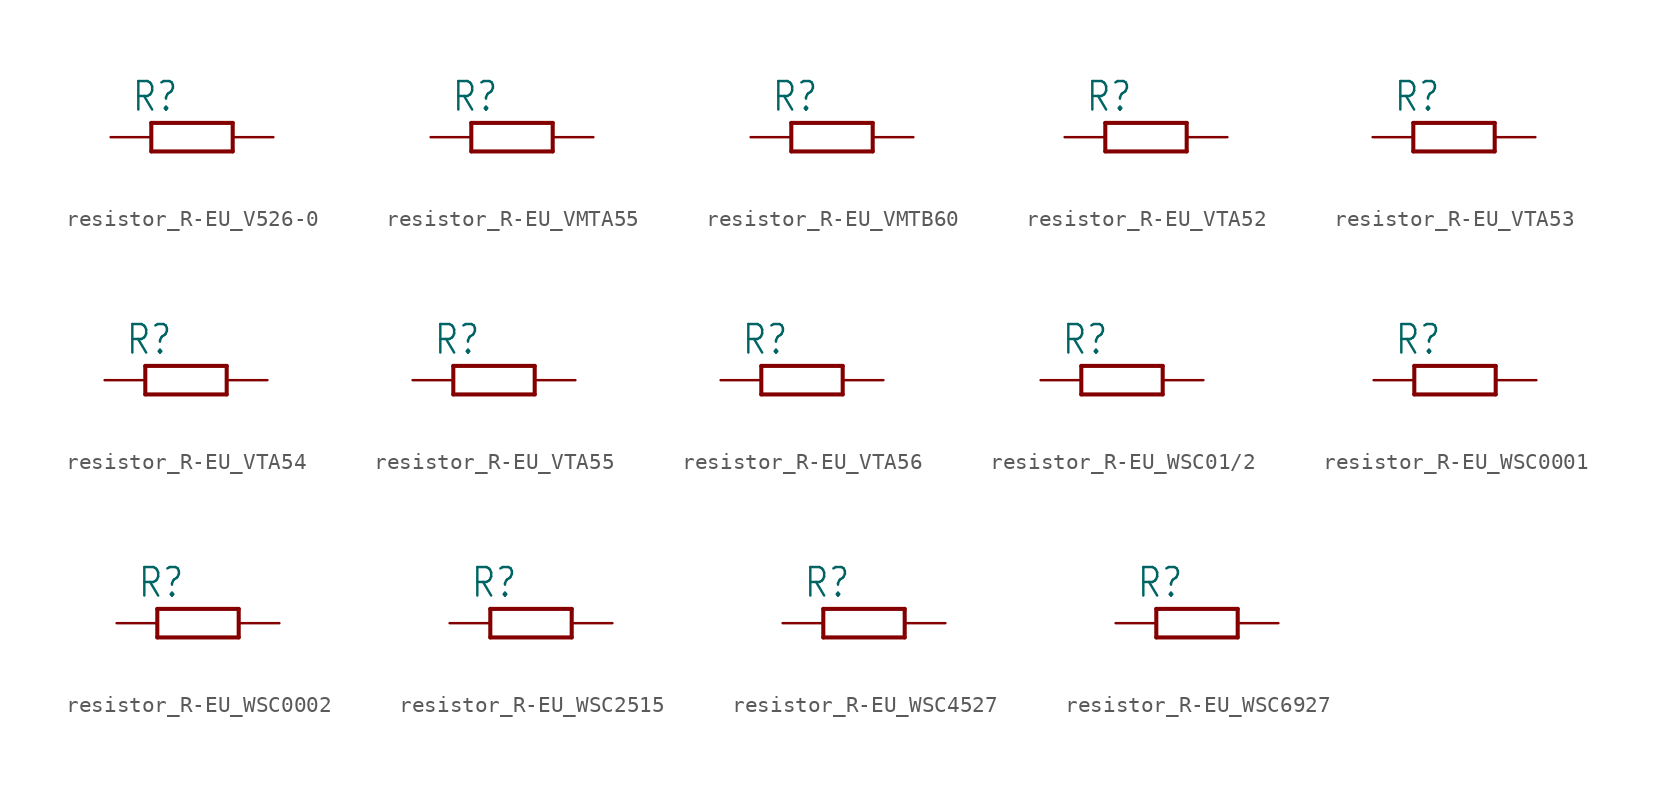
<source format=kicad_sym>
(kicad_symbol_lib
  (version 20220914)
  (generator kicad_symbol_editor)
  (symbol "resistor_R-EU_V526-0"
    (property "Reference" "R"
      (at -3.81 1.499 0)
      (effects (font (size 1.778 1.511)) (justify left bottom)))
    (property "Value" ""
      (at -3.81 -3.302 0)
      (effects (font (size 1.778 1.511)) (justify left bottom)))
    (property "ki_locked" ""
      (at 0 0 0)
      (effects (font (size 1.27 1.27))))
    (symbol "resistor_R-EU_V526-0_1_0"
      (polyline (pts (xy -2.54 -0.889) (xy -2.54 0.889)) (stroke (width 0.254) (type solid)) (fill (type none)))
      (polyline (pts (xy -2.54 -0.889) (xy 2.54 -0.889)) (stroke (width 0.254) (type solid)) (fill (type none)))
      (polyline (pts (xy 2.54 -0.889) (xy 2.54 0.889)) (stroke (width 0.254) (type solid)) (fill (type none)))
      (polyline (pts (xy 2.54 0.889) (xy -2.54 0.889)) (stroke (width 0.254) (type solid)) (fill (type none)))
      (pin passive line (at -5.08 0 0) (length 2.54) (name "1" (effects (font (size 0 0)))) (number "1" (effects (font (size 0 0)))))
      (pin passive line (at 5.08 0 180) (length 2.54) (name "2" (effects (font (size 0 0)))) (number "2" (effects (font (size 0 0)))))))
  (symbol "resistor_R-EU_VMTA55"
    (property "Reference" "R"
      (at -3.81 1.499 0)
      (effects (font (size 1.778 1.511)) (justify left bottom)))
    (property "Value" ""
      (at -3.81 -3.302 0)
      (effects (font (size 1.778 1.511)) (justify left bottom)))
    (property "ki_locked" ""
      (at 0 0 0)
      (effects (font (size 1.27 1.27))))
    (symbol "resistor_R-EU_VMTA55_1_0"
      (polyline (pts (xy -2.54 -0.889) (xy -2.54 0.889)) (stroke (width 0.254) (type solid)) (fill (type none)))
      (polyline (pts (xy -2.54 -0.889) (xy 2.54 -0.889)) (stroke (width 0.254) (type solid)) (fill (type none)))
      (polyline (pts (xy 2.54 -0.889) (xy 2.54 0.889)) (stroke (width 0.254) (type solid)) (fill (type none)))
      (polyline (pts (xy 2.54 0.889) (xy -2.54 0.889)) (stroke (width 0.254) (type solid)) (fill (type none)))
      (pin passive line (at -5.08 0 0) (length 2.54) (name "1" (effects (font (size 0 0)))) (number "1" (effects (font (size 0 0)))))
      (pin passive line (at 5.08 0 180) (length 2.54) (name "2" (effects (font (size 0 0)))) (number "2" (effects (font (size 0 0)))))))
  (symbol "resistor_R-EU_VMTB60"
    (property "Reference" "R"
      (at -3.81 1.499 0)
      (effects (font (size 1.778 1.511)) (justify left bottom)))
    (property "Value" ""
      (at -3.81 -3.302 0)
      (effects (font (size 1.778 1.511)) (justify left bottom)))
    (property "ki_locked" ""
      (at 0 0 0)
      (effects (font (size 1.27 1.27))))
    (symbol "resistor_R-EU_VMTB60_1_0"
      (polyline (pts (xy -2.54 -0.889) (xy -2.54 0.889)) (stroke (width 0.254) (type solid)) (fill (type none)))
      (polyline (pts (xy -2.54 -0.889) (xy 2.54 -0.889)) (stroke (width 0.254) (type solid)) (fill (type none)))
      (polyline (pts (xy 2.54 -0.889) (xy 2.54 0.889)) (stroke (width 0.254) (type solid)) (fill (type none)))
      (polyline (pts (xy 2.54 0.889) (xy -2.54 0.889)) (stroke (width 0.254) (type solid)) (fill (type none)))
      (pin passive line (at -5.08 0 0) (length 2.54) (name "1" (effects (font (size 0 0)))) (number "1" (effects (font (size 0 0)))))
      (pin passive line (at 5.08 0 180) (length 2.54) (name "2" (effects (font (size 0 0)))) (number "2" (effects (font (size 0 0)))))))
  (symbol "resistor_R-EU_VTA52"
    (property "Reference" "R"
      (at -3.81 1.499 0)
      (effects (font (size 1.778 1.511)) (justify left bottom)))
    (property "Value" ""
      (at -3.81 -3.302 0)
      (effects (font (size 1.778 1.511)) (justify left bottom)))
    (property "ki_locked" ""
      (at 0 0 0)
      (effects (font (size 1.27 1.27))))
    (symbol "resistor_R-EU_VTA52_1_0"
      (polyline (pts (xy -2.54 -0.889) (xy -2.54 0.889)) (stroke (width 0.254) (type solid)) (fill (type none)))
      (polyline (pts (xy -2.54 -0.889) (xy 2.54 -0.889)) (stroke (width 0.254) (type solid)) (fill (type none)))
      (polyline (pts (xy 2.54 -0.889) (xy 2.54 0.889)) (stroke (width 0.254) (type solid)) (fill (type none)))
      (polyline (pts (xy 2.54 0.889) (xy -2.54 0.889)) (stroke (width 0.254) (type solid)) (fill (type none)))
      (pin passive line (at -5.08 0 0) (length 2.54) (name "1" (effects (font (size 0 0)))) (number "1" (effects (font (size 0 0)))))
      (pin passive line (at 5.08 0 180) (length 2.54) (name "2" (effects (font (size 0 0)))) (number "2" (effects (font (size 0 0)))))))
  (symbol "resistor_R-EU_VTA53"
    (property "Reference" "R"
      (at -3.81 1.499 0)
      (effects (font (size 1.778 1.511)) (justify left bottom)))
    (property "Value" ""
      (at -3.81 -3.302 0)
      (effects (font (size 1.778 1.511)) (justify left bottom)))
    (property "ki_locked" ""
      (at 0 0 0)
      (effects (font (size 1.27 1.27))))
    (symbol "resistor_R-EU_VTA53_1_0"
      (polyline (pts (xy -2.54 -0.889) (xy -2.54 0.889)) (stroke (width 0.254) (type solid)) (fill (type none)))
      (polyline (pts (xy -2.54 -0.889) (xy 2.54 -0.889)) (stroke (width 0.254) (type solid)) (fill (type none)))
      (polyline (pts (xy 2.54 -0.889) (xy 2.54 0.889)) (stroke (width 0.254) (type solid)) (fill (type none)))
      (polyline (pts (xy 2.54 0.889) (xy -2.54 0.889)) (stroke (width 0.254) (type solid)) (fill (type none)))
      (pin passive line (at -5.08 0 0) (length 2.54) (name "1" (effects (font (size 0 0)))) (number "1" (effects (font (size 0 0)))))
      (pin passive line (at 5.08 0 180) (length 2.54) (name "2" (effects (font (size 0 0)))) (number "2" (effects (font (size 0 0)))))))
  (symbol "resistor_R-EU_VTA54"
    (property "Reference" "R"
      (at -3.81 1.499 0)
      (effects (font (size 1.778 1.511)) (justify left bottom)))
    (property "Value" ""
      (at -3.81 -3.302 0)
      (effects (font (size 1.778 1.511)) (justify left bottom)))
    (property "ki_locked" ""
      (at 0 0 0)
      (effects (font (size 1.27 1.27))))
    (symbol "resistor_R-EU_VTA54_1_0"
      (polyline (pts (xy -2.54 -0.889) (xy -2.54 0.889)) (stroke (width 0.254) (type solid)) (fill (type none)))
      (polyline (pts (xy -2.54 -0.889) (xy 2.54 -0.889)) (stroke (width 0.254) (type solid)) (fill (type none)))
      (polyline (pts (xy 2.54 -0.889) (xy 2.54 0.889)) (stroke (width 0.254) (type solid)) (fill (type none)))
      (polyline (pts (xy 2.54 0.889) (xy -2.54 0.889)) (stroke (width 0.254) (type solid)) (fill (type none)))
      (pin passive line (at -5.08 0 0) (length 2.54) (name "1" (effects (font (size 0 0)))) (number "1" (effects (font (size 0 0)))))
      (pin passive line (at 5.08 0 180) (length 2.54) (name "2" (effects (font (size 0 0)))) (number "2" (effects (font (size 0 0)))))))
  (symbol "resistor_R-EU_VTA55"
    (property "Reference" "R"
      (at -3.81 1.499 0)
      (effects (font (size 1.778 1.511)) (justify left bottom)))
    (property "Value" ""
      (at -3.81 -3.302 0)
      (effects (font (size 1.778 1.511)) (justify left bottom)))
    (property "ki_locked" ""
      (at 0 0 0)
      (effects (font (size 1.27 1.27))))
    (symbol "resistor_R-EU_VTA55_1_0"
      (polyline (pts (xy -2.54 -0.889) (xy -2.54 0.889)) (stroke (width 0.254) (type solid)) (fill (type none)))
      (polyline (pts (xy -2.54 -0.889) (xy 2.54 -0.889)) (stroke (width 0.254) (type solid)) (fill (type none)))
      (polyline (pts (xy 2.54 -0.889) (xy 2.54 0.889)) (stroke (width 0.254) (type solid)) (fill (type none)))
      (polyline (pts (xy 2.54 0.889) (xy -2.54 0.889)) (stroke (width 0.254) (type solid)) (fill (type none)))
      (pin passive line (at -5.08 0 0) (length 2.54) (name "1" (effects (font (size 0 0)))) (number "1" (effects (font (size 0 0)))))
      (pin passive line (at 5.08 0 180) (length 2.54) (name "2" (effects (font (size 0 0)))) (number "2" (effects (font (size 0 0)))))))
  (symbol "resistor_R-EU_VTA56"
    (property "Reference" "R"
      (at -3.81 1.499 0)
      (effects (font (size 1.778 1.511)) (justify left bottom)))
    (property "Value" ""
      (at -3.81 -3.302 0)
      (effects (font (size 1.778 1.511)) (justify left bottom)))
    (property "ki_locked" ""
      (at 0 0 0)
      (effects (font (size 1.27 1.27))))
    (symbol "resistor_R-EU_VTA56_1_0"
      (polyline (pts (xy -2.54 -0.889) (xy -2.54 0.889)) (stroke (width 0.254) (type solid)) (fill (type none)))
      (polyline (pts (xy -2.54 -0.889) (xy 2.54 -0.889)) (stroke (width 0.254) (type solid)) (fill (type none)))
      (polyline (pts (xy 2.54 -0.889) (xy 2.54 0.889)) (stroke (width 0.254) (type solid)) (fill (type none)))
      (polyline (pts (xy 2.54 0.889) (xy -2.54 0.889)) (stroke (width 0.254) (type solid)) (fill (type none)))
      (pin passive line (at -5.08 0 0) (length 2.54) (name "1" (effects (font (size 0 0)))) (number "1" (effects (font (size 0 0)))))
      (pin passive line (at 5.08 0 180) (length 2.54) (name "2" (effects (font (size 0 0)))) (number "2" (effects (font (size 0 0)))))))
  (symbol "resistor_R-EU_WSC01/2"
    (property "Reference" "R"
      (at -3.81 1.499 0)
      (effects (font (size 1.778 1.511)) (justify left bottom)))
    (property "Value" ""
      (at -3.81 -3.302 0)
      (effects (font (size 1.778 1.511)) (justify left bottom)))
    (property "ki_locked" ""
      (at 0 0 0)
      (effects (font (size 1.27 1.27))))
    (symbol "resistor_R-EU_WSC01/2_1_0"
      (polyline (pts (xy -2.54 -0.889) (xy -2.54 0.889)) (stroke (width 0.254) (type solid)) (fill (type none)))
      (polyline (pts (xy -2.54 -0.889) (xy 2.54 -0.889)) (stroke (width 0.254) (type solid)) (fill (type none)))
      (polyline (pts (xy 2.54 -0.889) (xy 2.54 0.889)) (stroke (width 0.254) (type solid)) (fill (type none)))
      (polyline (pts (xy 2.54 0.889) (xy -2.54 0.889)) (stroke (width 0.254) (type solid)) (fill (type none)))
      (pin passive line (at -5.08 0 0) (length 2.54) (name "1" (effects (font (size 0 0)))) (number "1" (effects (font (size 0 0)))))
      (pin passive line (at 5.08 0 180) (length 2.54) (name "2" (effects (font (size 0 0)))) (number "2" (effects (font (size 0 0)))))))
  (symbol "resistor_R-EU_WSC0001"
    (property "Reference" "R"
      (at -3.81 1.499 0)
      (effects (font (size 1.778 1.511)) (justify left bottom)))
    (property "Value" ""
      (at -3.81 -3.302 0)
      (effects (font (size 1.778 1.511)) (justify left bottom)))
    (property "ki_locked" ""
      (at 0 0 0)
      (effects (font (size 1.27 1.27))))
    (symbol "resistor_R-EU_WSC0001_1_0"
      (polyline (pts (xy -2.54 -0.889) (xy -2.54 0.889)) (stroke (width 0.254) (type solid)) (fill (type none)))
      (polyline (pts (xy -2.54 -0.889) (xy 2.54 -0.889)) (stroke (width 0.254) (type solid)) (fill (type none)))
      (polyline (pts (xy 2.54 -0.889) (xy 2.54 0.889)) (stroke (width 0.254) (type solid)) (fill (type none)))
      (polyline (pts (xy 2.54 0.889) (xy -2.54 0.889)) (stroke (width 0.254) (type solid)) (fill (type none)))
      (pin passive line (at -5.08 0 0) (length 2.54) (name "1" (effects (font (size 0 0)))) (number "1" (effects (font (size 0 0)))))
      (pin passive line (at 5.08 0 180) (length 2.54) (name "2" (effects (font (size 0 0)))) (number "2" (effects (font (size 0 0)))))))
  (symbol "resistor_R-EU_WSC0002"
    (property "Reference" "R"
      (at -3.81 1.499 0)
      (effects (font (size 1.778 1.511)) (justify left bottom)))
    (property "Value" ""
      (at -3.81 -3.302 0)
      (effects (font (size 1.778 1.511)) (justify left bottom)))
    (property "ki_locked" ""
      (at 0 0 0)
      (effects (font (size 1.27 1.27))))
    (symbol "resistor_R-EU_WSC0002_1_0"
      (polyline (pts (xy -2.54 -0.889) (xy -2.54 0.889)) (stroke (width 0.254) (type solid)) (fill (type none)))
      (polyline (pts (xy -2.54 -0.889) (xy 2.54 -0.889)) (stroke (width 0.254) (type solid)) (fill (type none)))
      (polyline (pts (xy 2.54 -0.889) (xy 2.54 0.889)) (stroke (width 0.254) (type solid)) (fill (type none)))
      (polyline (pts (xy 2.54 0.889) (xy -2.54 0.889)) (stroke (width 0.254) (type solid)) (fill (type none)))
      (pin passive line (at -5.08 0 0) (length 2.54) (name "1" (effects (font (size 0 0)))) (number "1" (effects (font (size 0 0)))))
      (pin passive line (at 5.08 0 180) (length 2.54) (name "2" (effects (font (size 0 0)))) (number "2" (effects (font (size 0 0)))))))
  (symbol "resistor_R-EU_WSC2515"
    (property "Reference" "R"
      (at -3.81 1.499 0)
      (effects (font (size 1.778 1.511)) (justify left bottom)))
    (property "Value" ""
      (at -3.81 -3.302 0)
      (effects (font (size 1.778 1.511)) (justify left bottom)))
    (property "ki_locked" ""
      (at 0 0 0)
      (effects (font (size 1.27 1.27))))
    (symbol "resistor_R-EU_WSC2515_1_0"
      (polyline (pts (xy -2.54 -0.889) (xy -2.54 0.889)) (stroke (width 0.254) (type solid)) (fill (type none)))
      (polyline (pts (xy -2.54 -0.889) (xy 2.54 -0.889)) (stroke (width 0.254) (type solid)) (fill (type none)))
      (polyline (pts (xy 2.54 -0.889) (xy 2.54 0.889)) (stroke (width 0.254) (type solid)) (fill (type none)))
      (polyline (pts (xy 2.54 0.889) (xy -2.54 0.889)) (stroke (width 0.254) (type solid)) (fill (type none)))
      (pin passive line (at -5.08 0 0) (length 2.54) (name "1" (effects (font (size 0 0)))) (number "1" (effects (font (size 0 0)))))
      (pin passive line (at 5.08 0 180) (length 2.54) (name "2" (effects (font (size 0 0)))) (number "2" (effects (font (size 0 0)))))))
  (symbol "resistor_R-EU_WSC4527"
    (property "Reference" "R"
      (at -3.81 1.499 0)
      (effects (font (size 1.778 1.511)) (justify left bottom)))
    (property "Value" ""
      (at -3.81 -3.302 0)
      (effects (font (size 1.778 1.511)) (justify left bottom)))
    (property "ki_locked" ""
      (at 0 0 0)
      (effects (font (size 1.27 1.27))))
    (symbol "resistor_R-EU_WSC4527_1_0"
      (polyline (pts (xy -2.54 -0.889) (xy -2.54 0.889)) (stroke (width 0.254) (type solid)) (fill (type none)))
      (polyline (pts (xy -2.54 -0.889) (xy 2.54 -0.889)) (stroke (width 0.254) (type solid)) (fill (type none)))
      (polyline (pts (xy 2.54 -0.889) (xy 2.54 0.889)) (stroke (width 0.254) (type solid)) (fill (type none)))
      (polyline (pts (xy 2.54 0.889) (xy -2.54 0.889)) (stroke (width 0.254) (type solid)) (fill (type none)))
      (pin passive line (at -5.08 0 0) (length 2.54) (name "1" (effects (font (size 0 0)))) (number "1" (effects (font (size 0 0)))))
      (pin passive line (at 5.08 0 180) (length 2.54) (name "2" (effects (font (size 0 0)))) (number "2" (effects (font (size 0 0)))))))
  (symbol "resistor_R-EU_WSC6927"
    (property "Reference" "R"
      (at -3.81 1.499 0)
      (effects (font (size 1.778 1.511)) (justify left bottom)))
    (property "Value" ""
      (at -3.81 -3.302 0)
      (effects (font (size 1.778 1.511)) (justify left bottom)))
    (property "ki_locked" ""
      (at 0 0 0)
      (effects (font (size 1.27 1.27))))
    (symbol "resistor_R-EU_WSC6927_1_0"
      (polyline (pts (xy -2.54 -0.889) (xy -2.54 0.889)) (stroke (width 0.254) (type solid)) (fill (type none)))
      (polyline (pts (xy -2.54 -0.889) (xy 2.54 -0.889)) (stroke (width 0.254) (type solid)) (fill (type none)))
      (polyline (pts (xy 2.54 -0.889) (xy 2.54 0.889)) (stroke (width 0.254) (type solid)) (fill (type none)))
      (polyline (pts (xy 2.54 0.889) (xy -2.54 0.889)) (stroke (width 0.254) (type solid)) (fill (type none)))
      (pin passive line (at -5.08 0 0) (length 2.54) (name "1" (effects (font (size 0 0)))) (number "1" (effects (font (size 0 0)))))
      (pin passive line (at 5.08 0 180) (length 2.54) (name "2" (effects (font (size 0 0)))) (number "2" (effects (font (size 0 0))))))))
</source>
